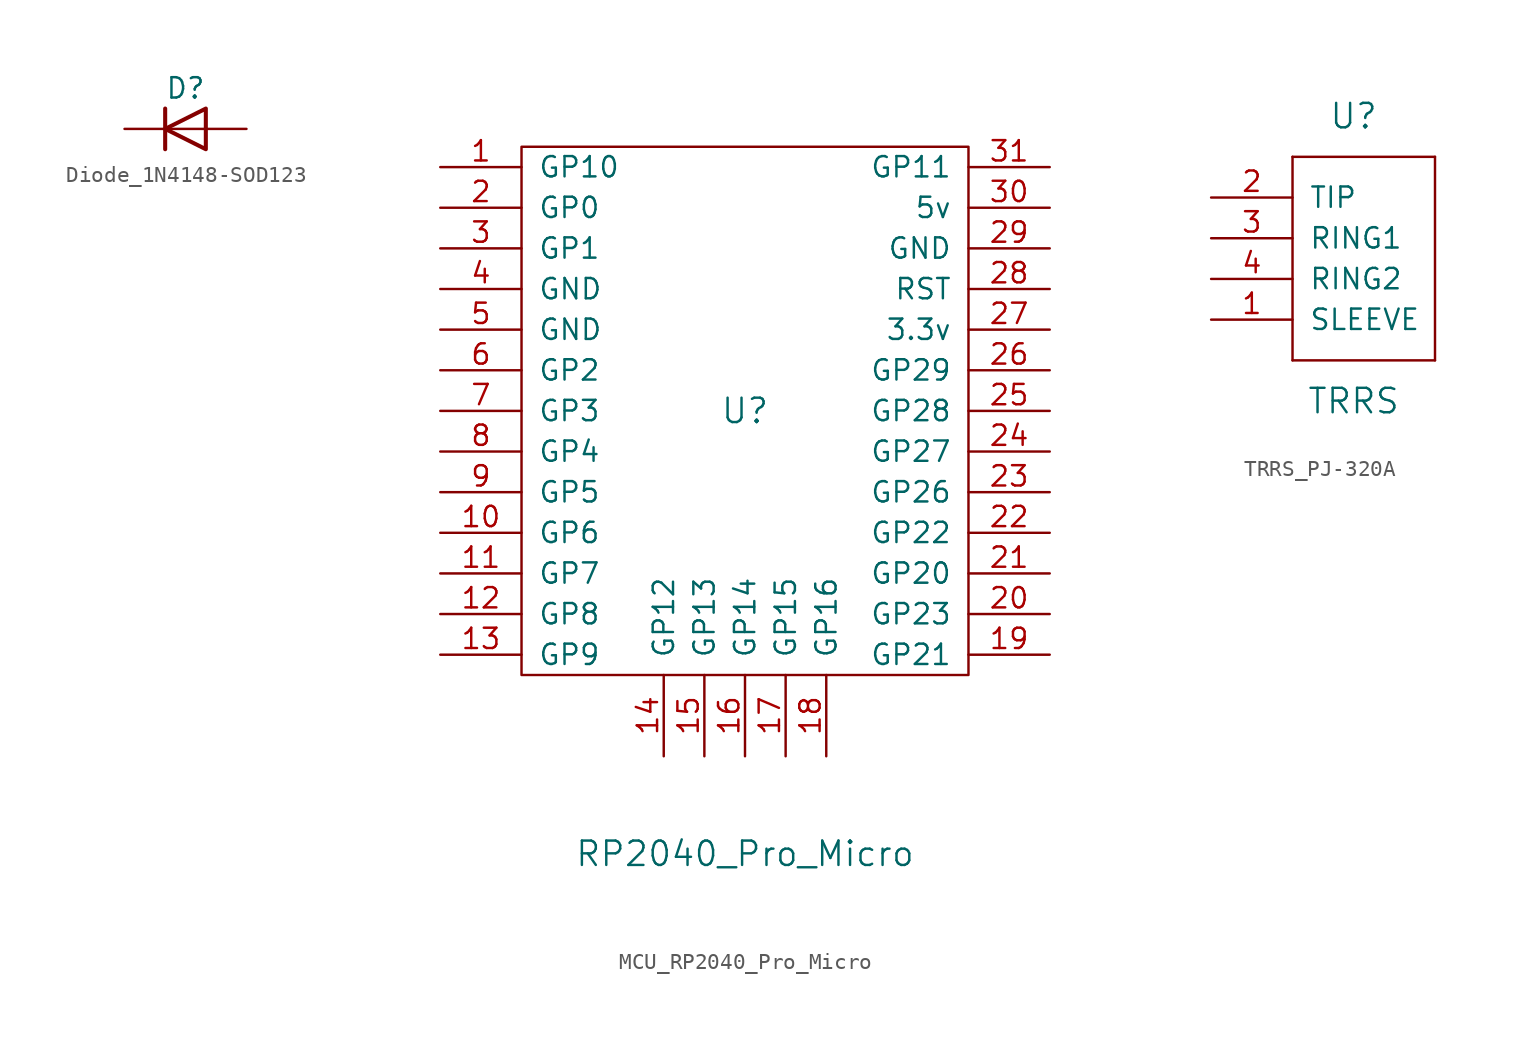
<source format=kicad_sym>
(kicad_symbol_lib
  (version 20231120)
  (generator "kicad_symbol_editor")
  (generator_version "8.0")
  (symbol "Diode_1N4148-SOD123"
    (pin_numbers hide)
    (pin_names hide)
    (property "Reference" "D"
      (at 0 2.54 0)
      (effects (font (size 1.27 1.27))))
    (symbol "Diode_1N4148-SOD123_0_1"
      (polyline (pts (xy -1.27 1.27) (xy -1.27 -1.27)) (stroke (width 0.254) (type default)) (fill (type none)))
      (polyline (pts (xy 1.27 0) (xy -1.27 0)) (stroke (width 0) (type default)) (fill (type none)))
      (polyline (pts (xy 1.27 1.27) (xy 1.27 -1.27) (xy -1.27 0) (xy 1.27 1.27)) (stroke (width 0.254) (type default)) (fill (type none))))
    (symbol "Diode_1N4148-SOD123_1_1"
      (pin passive line (at -3.81 0 0) (length 2.54) (name "K" (effects (font (size 1.27 1.27)))) (number "1" (effects (font (size 1.27 1.27)))))
      (pin passive line (at 3.81 0 180) (length 2.54) (name "A" (effects (font (size 1.27 1.27)))) (number "2" (effects (font (size 1.27 1.27)))))))
  (symbol "MCU_RP2040_Pro_Micro"
    (pin_names
      (offset 1.016))
    (property "Reference" "U"
      (at 0 0 0)
      (effects (font (size 1.524 1.524))))
    (property "Value" "RP2040_Pro_Micro"
      (at 0 -27.686 0)
      (effects (font (size 1.524 1.524))))
    (symbol "MCU_RP2040_Pro_Micro_0_1"
      (rectangle (start -13.97 16.51) (end 13.97 -16.51) (stroke (width 0) (type solid)) (fill (type none))))
    (symbol "MCU_RP2040_Pro_Micro_1_1"
      (pin input line (at -19.05 15.24 0) (length 5.08) (name "GP10" (effects (font (size 1.27 1.27)))) (number "1" (effects (font (size 1.27 1.27)))))
      (pin input line (at -19.05 -7.62 0) (length 5.08) (name "GP6" (effects (font (size 1.27 1.27)))) (number "10" (effects (font (size 1.27 1.27)))))
      (pin input line (at -19.05 -10.16 0) (length 5.08) (name "GP7" (effects (font (size 1.27 1.27)))) (number "11" (effects (font (size 1.27 1.27)))))
      (pin input line (at -19.05 -12.7 0) (length 5.08) (name "GP8" (effects (font (size 1.27 1.27)))) (number "12" (effects (font (size 1.27 1.27)))))
      (pin input line (at -19.05 -15.24 0) (length 5.08) (name "GP9" (effects (font (size 1.27 1.27)))) (number "13" (effects (font (size 1.27 1.27)))))
      (pin input line (at -5.08 -21.59 90) (length 5.08) (name "GP12" (effects (font (size 1.27 1.27)))) (number "14" (effects (font (size 1.27 1.27)))))
      (pin input line (at -2.54 -21.59 90) (length 5.08) (name "GP13" (effects (font (size 1.27 1.27)))) (number "15" (effects (font (size 1.27 1.27)))))
      (pin input line (at 0 -21.59 90) (length 5.08) (name "GP14" (effects (font (size 1.27 1.27)))) (number "16" (effects (font (size 1.27 1.27)))))
      (pin input line (at 2.54 -21.59 90) (length 5.08) (name "GP15" (effects (font (size 1.27 1.27)))) (number "17" (effects (font (size 1.27 1.27)))))
      (pin input line (at 5.08 -21.59 90) (length 5.08) (name "GP16" (effects (font (size 1.27 1.27)))) (number "18" (effects (font (size 1.27 1.27)))))
      (pin input line (at 19.05 -15.24 180) (length 5.08) (name "GP21" (effects (font (size 1.27 1.27)))) (number "19" (effects (font (size 1.27 1.27)))))
      (pin input line (at -19.05 12.7 0) (length 5.08) (name "GP0" (effects (font (size 1.27 1.27)))) (number "2" (effects (font (size 1.27 1.27)))))
      (pin input line (at 19.05 -12.7 180) (length 5.08) (name "GP23" (effects (font (size 1.27 1.27)))) (number "20" (effects (font (size 1.27 1.27)))))
      (pin input line (at 19.05 -10.16 180) (length 5.08) (name "GP20" (effects (font (size 1.27 1.27)))) (number "21" (effects (font (size 1.27 1.27)))))
      (pin input line (at 19.05 -7.62 180) (length 5.08) (name "GP22" (effects (font (size 1.27 1.27)))) (number "22" (effects (font (size 1.27 1.27)))))
      (pin input line (at 19.05 -5.08 180) (length 5.08) (name "GP26" (effects (font (size 1.27 1.27)))) (number "23" (effects (font (size 1.27 1.27)))))
      (pin input line (at 19.05 -2.54 180) (length 5.08) (name "GP27" (effects (font (size 1.27 1.27)))) (number "24" (effects (font (size 1.27 1.27)))))
      (pin input line (at 19.05 0 180) (length 5.08) (name "GP28" (effects (font (size 1.27 1.27)))) (number "25" (effects (font (size 1.27 1.27)))))
      (pin input line (at 19.05 2.54 180) (length 5.08) (name "GP29" (effects (font (size 1.27 1.27)))) (number "26" (effects (font (size 1.27 1.27)))))
      (pin input line (at 19.05 5.08 180) (length 5.08) (name "3.3v" (effects (font (size 1.27 1.27)))) (number "27" (effects (font (size 1.27 1.27)))))
      (pin input line (at 19.05 7.62 180) (length 5.08) (name "RST" (effects (font (size 1.27 1.27)))) (number "28" (effects (font (size 1.27 1.27)))))
      (pin input line (at 19.05 10.16 180) (length 5.08) (name "GND" (effects (font (size 1.27 1.27)))) (number "29" (effects (font (size 1.27 1.27)))))
      (pin input line (at -19.05 10.16 0) (length 5.08) (name "GP1" (effects (font (size 1.27 1.27)))) (number "3" (effects (font (size 1.27 1.27)))))
      (pin input line (at 19.05 12.7 180) (length 5.08) (name "5v" (effects (font (size 1.27 1.27)))) (number "30" (effects (font (size 1.27 1.27)))))
      (pin input line (at 19.05 15.24 180) (length 5.08) (name "GP11" (effects (font (size 1.27 1.27)))) (number "31" (effects (font (size 1.27 1.27)))))
      (pin input line (at -19.05 7.62 0) (length 5.08) (name "GND" (effects (font (size 1.27 1.27)))) (number "4" (effects (font (size 1.27 1.27)))))
      (pin input line (at -19.05 5.08 0) (length 5.08) (name "GND" (effects (font (size 1.27 1.27)))) (number "5" (effects (font (size 1.27 1.27)))))
      (pin input line (at -19.05 2.54 0) (length 5.08) (name "GP2" (effects (font (size 1.27 1.27)))) (number "6" (effects (font (size 1.27 1.27)))))
      (pin input line (at -19.05 0 0) (length 5.08) (name "GP3" (effects (font (size 1.27 1.27)))) (number "7" (effects (font (size 1.27 1.27)))))
      (pin input line (at -19.05 -2.54 0) (length 5.08) (name "GP4" (effects (font (size 1.27 1.27)))) (number "8" (effects (font (size 1.27 1.27)))))
      (pin input line (at -19.05 -5.08 0) (length 5.08) (name "GP5" (effects (font (size 1.27 1.27)))) (number "9" (effects (font (size 1.27 1.27)))))))
  (symbol "TRRS_PJ-320A"
    (pin_names
      (offset 1.016))
    (property "Reference" "U"
      (at 0 15.24 0)
      (effects (font (size 1.524 1.524))))
    (property "Value" "TRRS"
      (at 0 -2.54 0)
      (effects (font (size 1.524 1.524))))
    (symbol "TRRS_PJ-320A_0_1"
      (rectangle (start -3.81 0) (end -3.81 12.7) (stroke (width 0) (type solid)) (fill (type none)))
      (rectangle (start -3.81 0) (end 5.08 0) (stroke (width 0) (type solid)) (fill (type none)))
      (rectangle (start -3.81 12.7) (end 5.08 12.7) (stroke (width 0) (type solid)) (fill (type none)))
      (rectangle (start 5.08 12.7) (end 5.08 0) (stroke (width 0) (type solid)) (fill (type none))))
    (symbol "TRRS_PJ-320A_1_1"
      (pin input line (at -8.89 2.54 0) (length 5.08) (name "SLEEVE" (effects (font (size 1.27 1.27)))) (number "1" (effects (font (size 1.27 1.27)))))
      (pin input line (at -8.89 10.16 0) (length 5.08) (name "TIP" (effects (font (size 1.27 1.27)))) (number "2" (effects (font (size 1.27 1.27)))))
      (pin input line (at -8.89 7.62 0) (length 5.08) (name "RING1" (effects (font (size 1.27 1.27)))) (number "3" (effects (font (size 1.27 1.27)))))
      (pin input line (at -8.89 5.08 0) (length 5.08) (name "RING2" (effects (font (size 1.27 1.27)))) (number "4" (effects (font (size 1.27 1.27))))))))
</source>
